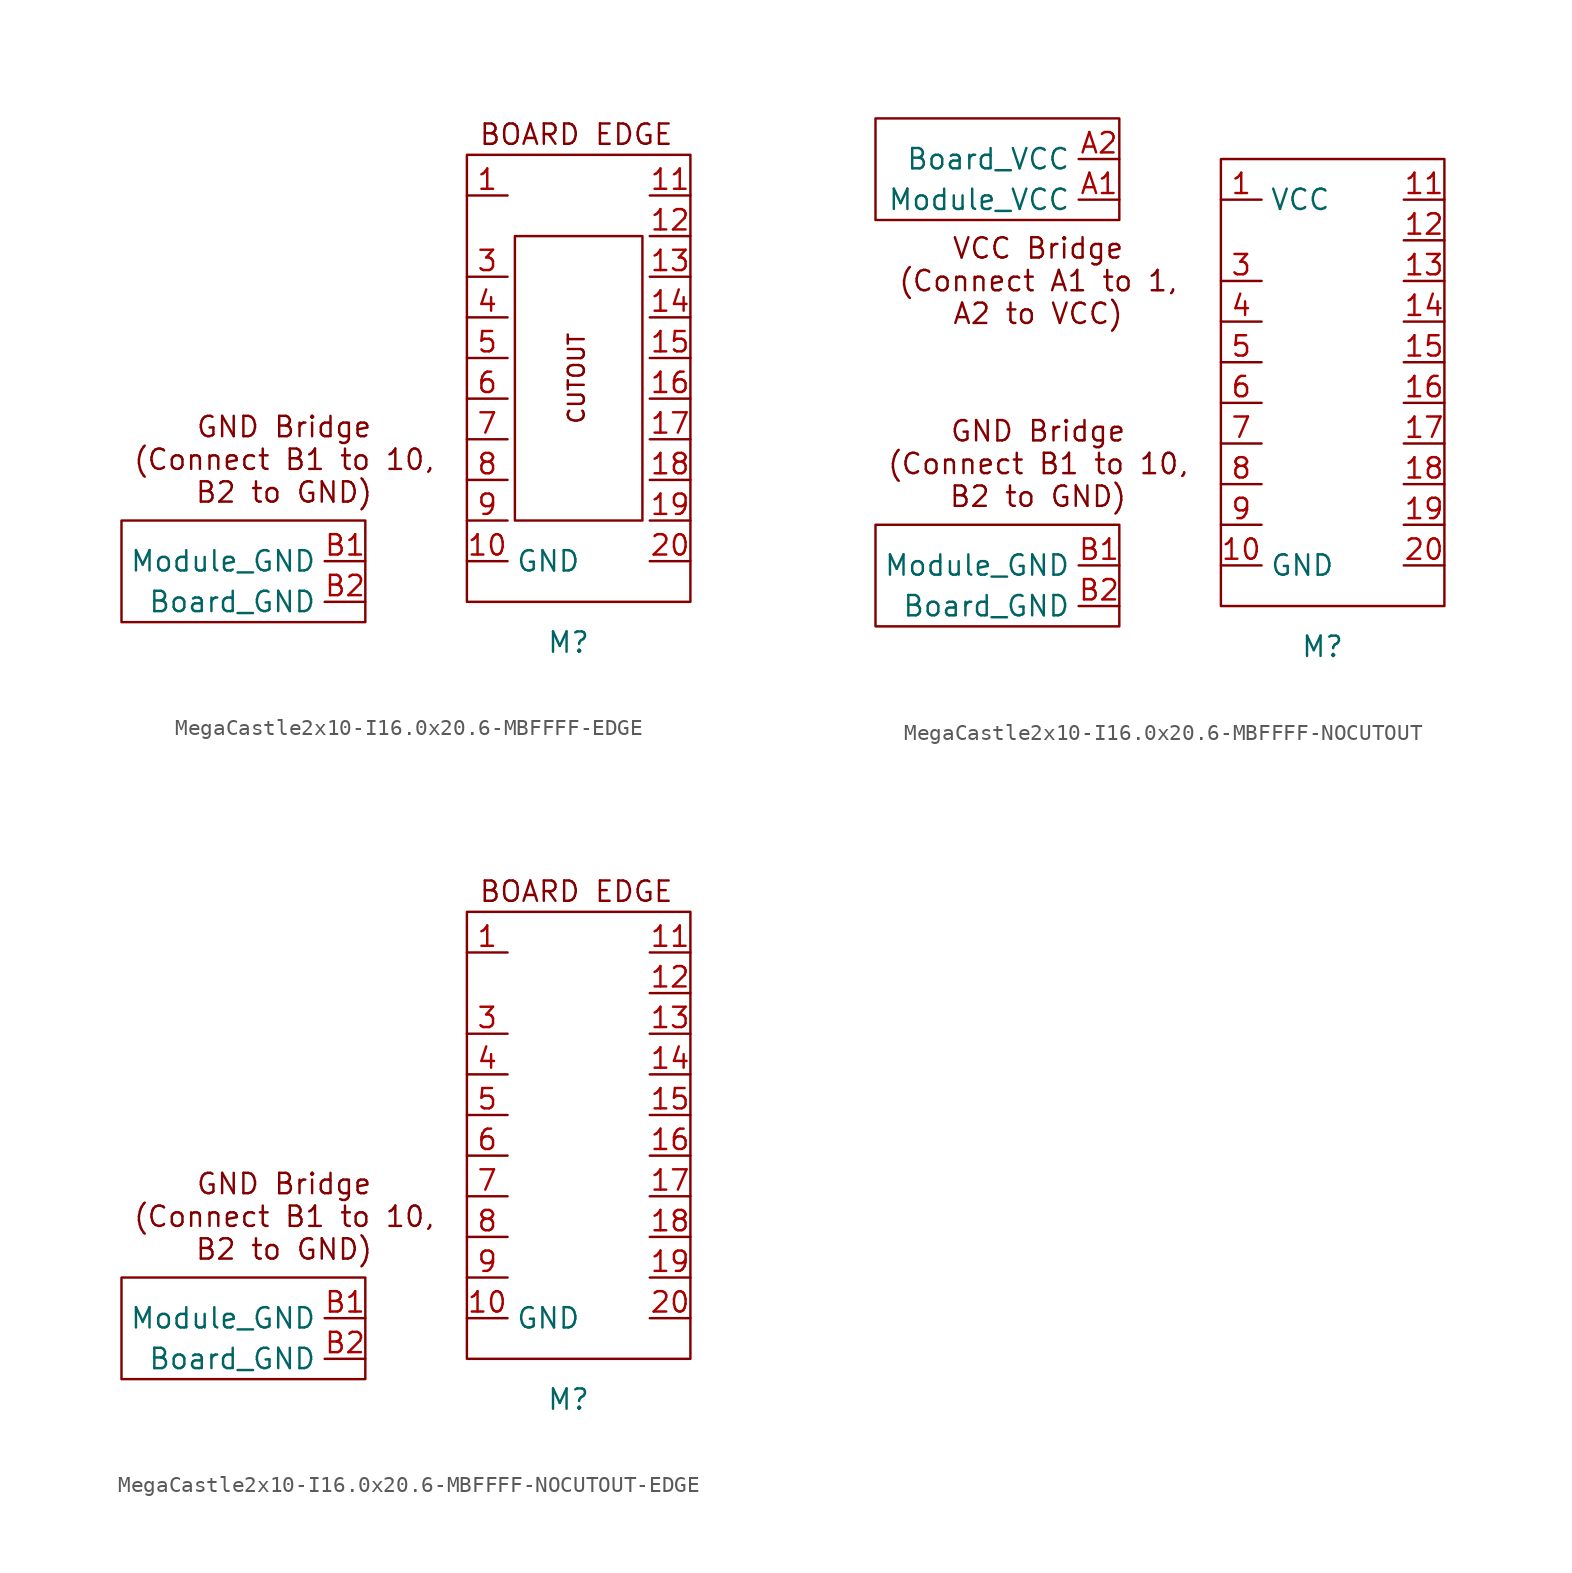
<source format=kicad_sym>
(kicad_symbol_lib
  (version 20241209)
  (generator "kicad_symbol_editor")
  (generator_version "9.0")
  (symbol "MegaCastle2x10-I16.0x20.6-MBFFFF-EDGE"
    (property "Reference" "M"
      (at 0 -16.51 0)
      (effects (font (size 1.27 1.27))))
    (property "Value" ""
      (at 0 5.08 0)
      (effects (font (size 1.27 1.27))))
    (symbol "MegaCastle2x10-I16.0x20.6-MBFFFF-EDGE_0_1"
      (rectangle (start -27.94 -8.89) (end -12.7 -15.24) (stroke (width 0) (type default)) (fill (type none)))
      (rectangle (start -6.35 13.97) (end 7.62 -13.97) (stroke (width 0) (type default)) (fill (type none)))
      (rectangle (start -3.35 8.89) (end 4.62 -8.89) (stroke (width 0) (type default)) (fill (type none))))
    (symbol "MegaCastle2x10-I16.0x20.6-MBFFFF-EDGE_1_1"
      (text "GND Bridge\n(Connect B1 to 10,\nB2 to GND)" (at -17.78 -5.08 0) (effects (font (size 1.27 1.27))))
      (text " BOARD EDGE" (at 0 15.24 0) (effects (font (size 1.27 1.27))))
      (text "CUTOUT" (at 0.5 0 900) (effects (font (size 1 1))))
      (pin bidirectional line (at -12.7 -11.43 180) (length 2.54) (name "Module_GND" (effects (font (size 1.27 1.27)))) (number "B1" (effects (font (size 1.27 1.27)))))
      (pin bidirectional line (at -12.7 -13.97 180) (length 2.54) (name "Board_GND" (effects (font (size 1.27 1.27)))) (number "B2" (effects (font (size 1.27 1.27)))))
      (pin bidirectional line (at -6.35 11.43 0) (length 2.54) (name "" (effects (font (size 1.27 1.27)))) (number "1" (effects (font (size 1.27 1.27)))))
      (pin bidirectional line (at -6.35 6.35 0) (length 2.54) (name "" (effects (font (size 1.27 1.27)))) (number "3" (effects (font (size 1.27 1.27)))))
      (pin bidirectional line (at -6.35 3.81 0) (length 2.54) (name "" (effects (font (size 1.27 1.27)))) (number "4" (effects (font (size 1.27 1.27)))))
      (pin bidirectional line (at -6.35 1.27 0) (length 2.54) (name "" (effects (font (size 1.27 1.27)))) (number "5" (effects (font (size 1.27 1.27)))))
      (pin bidirectional line (at -6.35 -1.27 0) (length 2.54) (name "" (effects (font (size 1.27 1.27)))) (number "6" (effects (font (size 1.27 1.27)))))
      (pin bidirectional line (at -6.35 -3.81 0) (length 2.54) (name "" (effects (font (size 1.27 1.27)))) (number "7" (effects (font (size 1.27 1.27)))))
      (pin bidirectional line (at -6.35 -6.35 0) (length 2.54) (name "" (effects (font (size 1.27 1.27)))) (number "8" (effects (font (size 1.27 1.27)))))
      (pin bidirectional line (at -6.35 -8.89 0) (length 2.54) (name "" (effects (font (size 1.27 1.27)))) (number "9" (effects (font (size 1.27 1.27)))))
      (pin bidirectional line (at -6.35 -11.43 0) (length 2.54) (name "GND" (effects (font (size 1.27 1.27)))) (number "10" (effects (font (size 1.27 1.27)))))
      (pin bidirectional line (at 7.62 11.43 180) (length 2.54) (name "" (effects (font (size 1.27 1.27)))) (number "11" (effects (font (size 1.27 1.27)))))
      (pin bidirectional line (at 7.62 8.89 180) (length 2.54) (name "" (effects (font (size 1.27 1.27)))) (number "12" (effects (font (size 1.27 1.27)))))
      (pin bidirectional line (at 7.62 6.35 180) (length 2.54) (name "" (effects (font (size 1.27 1.27)))) (number "13" (effects (font (size 1.27 1.27)))))
      (pin bidirectional line (at 7.62 3.81 180) (length 2.54) (name "" (effects (font (size 1.27 1.27)))) (number "14" (effects (font (size 1.27 1.27)))))
      (pin bidirectional line (at 7.62 1.27 180) (length 2.54) (name "" (effects (font (size 1.27 1.27)))) (number "15" (effects (font (size 1.27 1.27)))))
      (pin bidirectional line (at 7.62 -1.27 180) (length 2.54) (name "" (effects (font (size 1.27 1.27)))) (number "16" (effects (font (size 1.27 1.27)))))
      (pin bidirectional line (at 7.62 -3.81 180) (length 2.54) (name "" (effects (font (size 1.27 1.27)))) (number "17" (effects (font (size 1.27 1.27)))))
      (pin bidirectional line (at 7.62 -6.35 180) (length 2.54) (name "" (effects (font (size 1.27 1.27)))) (number "18" (effects (font (size 1.27 1.27)))))
      (pin bidirectional line (at 7.62 -8.89 180) (length 2.54) (name "" (effects (font (size 1.27 1.27)))) (number "19" (effects (font (size 1.27 1.27)))))
      (pin bidirectional line (at 7.62 -11.43 180) (length 2.54) (name "" (effects (font (size 1.27 1.27)))) (number "20" (effects (font (size 1.27 1.27)))))))
  (symbol "MegaCastle2x10-I16.0x20.6-MBFFFF-NOCUTOUT"
    (property "Reference" "M"
      (at 0 -16.51 0)
      (effects (font (size 1.27 1.27))))
    (property "Value" ""
      (at 0 5.08 0)
      (effects (font (size 1.27 1.27))))
    (symbol "MegaCastle2x10-I16.0x20.6-MBFFFF-NOCUTOUT_0_1"
      (rectangle (start -27.94 16.51) (end -12.7 10.16) (stroke (width 0) (type default)) (fill (type none)))
      (rectangle (start -27.94 -8.89) (end -12.7 -15.24) (stroke (width 0) (type default)) (fill (type none)))
      (rectangle (start -6.35 13.97) (end 7.62 -13.97) (stroke (width 0) (type default)) (fill (type none))))
    (symbol "MegaCastle2x10-I16.0x20.6-MBFFFF-NOCUTOUT_1_1"
      (text "VCC Bridge\n(Connect A1 to 1,\nA2 to VCC)" (at -17.78 6.35 0) (effects (font (size 1.27 1.27))))
      (text "GND Bridge\n(Connect B1 to 10,\nB2 to GND)" (at -17.78 -5.08 0) (effects (font (size 1.27 1.27))))
      (pin bidirectional line (at -12.7 13.97 180) (length 2.54) (name "Board_VCC" (effects (font (size 1.27 1.27)))) (number "A2" (effects (font (size 1.27 1.27)))))
      (pin bidirectional line (at -12.7 11.43 180) (length 2.54) (name "Module_VCC" (effects (font (size 1.27 1.27)))) (number "A1" (effects (font (size 1.27 1.27)))))
      (pin bidirectional line (at -12.7 -11.43 180) (length 2.54) (name "Module_GND" (effects (font (size 1.27 1.27)))) (number "B1" (effects (font (size 1.27 1.27)))))
      (pin bidirectional line (at -12.7 -13.97 180) (length 2.54) (name "Board_GND" (effects (font (size 1.27 1.27)))) (number "B2" (effects (font (size 1.27 1.27)))))
      (pin bidirectional line (at -6.35 11.43 0) (length 2.54) (name "VCC" (effects (font (size 1.27 1.27)))) (number "1" (effects (font (size 1.27 1.27)))))
      (pin bidirectional line (at -6.35 6.35 0) (length 2.54) (name "" (effects (font (size 1.27 1.27)))) (number "3" (effects (font (size 1.27 1.27)))))
      (pin bidirectional line (at -6.35 3.81 0) (length 2.54) (name "" (effects (font (size 1.27 1.27)))) (number "4" (effects (font (size 1.27 1.27)))))
      (pin bidirectional line (at -6.35 1.27 0) (length 2.54) (name "" (effects (font (size 1.27 1.27)))) (number "5" (effects (font (size 1.27 1.27)))))
      (pin bidirectional line (at -6.35 -1.27 0) (length 2.54) (name "" (effects (font (size 1.27 1.27)))) (number "6" (effects (font (size 1.27 1.27)))))
      (pin bidirectional line (at -6.35 -3.81 0) (length 2.54) (name "" (effects (font (size 1.27 1.27)))) (number "7" (effects (font (size 1.27 1.27)))))
      (pin bidirectional line (at -6.35 -6.35 0) (length 2.54) (name "" (effects (font (size 1.27 1.27)))) (number "8" (effects (font (size 1.27 1.27)))))
      (pin bidirectional line (at -6.35 -8.89 0) (length 2.54) (name "" (effects (font (size 1.27 1.27)))) (number "9" (effects (font (size 1.27 1.27)))))
      (pin bidirectional line (at -6.35 -11.43 0) (length 2.54) (name "GND" (effects (font (size 1.27 1.27)))) (number "10" (effects (font (size 1.27 1.27)))))
      (pin bidirectional line (at 7.62 11.43 180) (length 2.54) (name "" (effects (font (size 1.27 1.27)))) (number "11" (effects (font (size 1.27 1.27)))))
      (pin bidirectional line (at 7.62 8.89 180) (length 2.54) (name "" (effects (font (size 1.27 1.27)))) (number "12" (effects (font (size 1.27 1.27)))))
      (pin bidirectional line (at 7.62 6.35 180) (length 2.54) (name "" (effects (font (size 1.27 1.27)))) (number "13" (effects (font (size 1.27 1.27)))))
      (pin bidirectional line (at 7.62 3.81 180) (length 2.54) (name "" (effects (font (size 1.27 1.27)))) (number "14" (effects (font (size 1.27 1.27)))))
      (pin bidirectional line (at 7.62 1.27 180) (length 2.54) (name "" (effects (font (size 1.27 1.27)))) (number "15" (effects (font (size 1.27 1.27)))))
      (pin bidirectional line (at 7.62 -1.27 180) (length 2.54) (name "" (effects (font (size 1.27 1.27)))) (number "16" (effects (font (size 1.27 1.27)))))
      (pin bidirectional line (at 7.62 -3.81 180) (length 2.54) (name "" (effects (font (size 1.27 1.27)))) (number "17" (effects (font (size 1.27 1.27)))))
      (pin bidirectional line (at 7.62 -6.35 180) (length 2.54) (name "" (effects (font (size 1.27 1.27)))) (number "18" (effects (font (size 1.27 1.27)))))
      (pin bidirectional line (at 7.62 -8.89 180) (length 2.54) (name "" (effects (font (size 1.27 1.27)))) (number "19" (effects (font (size 1.27 1.27)))))
      (pin bidirectional line (at 7.62 -11.43 180) (length 2.54) (name "" (effects (font (size 1.27 1.27)))) (number "20" (effects (font (size 1.27 1.27)))))))
  (symbol "MegaCastle2x10-I16.0x20.6-MBFFFF-NOCUTOUT-EDGE"
    (property "Reference" "M"
      (at 0 -16.51 0)
      (effects (font (size 1.27 1.27))))
    (property "Value" ""
      (at 0 5.08 0)
      (effects (font (size 1.27 1.27))))
    (symbol "MegaCastle2x10-I16.0x20.6-MBFFFF-NOCUTOUT-EDGE_0_1"
      (rectangle (start -27.94 -8.89) (end -12.7 -15.24) (stroke (width 0) (type default)) (fill (type none)))
      (rectangle (start -6.35 13.97) (end 7.62 -13.97) (stroke (width 0) (type default)) (fill (type none))))
    (symbol "MegaCastle2x10-I16.0x20.6-MBFFFF-NOCUTOUT-EDGE_1_1"
      (text "GND Bridge\n(Connect B1 to 10,\nB2 to GND)" (at -17.78 -5.08 0) (effects (font (size 1.27 1.27))))
      (text " BOARD EDGE" (at 0 15.24 0) (effects (font (size 1.27 1.27))))
      (pin bidirectional line (at -12.7 -11.43 180) (length 2.54) (name "Module_GND" (effects (font (size 1.27 1.27)))) (number "B1" (effects (font (size 1.27 1.27)))))
      (pin bidirectional line (at -12.7 -13.97 180) (length 2.54) (name "Board_GND" (effects (font (size 1.27 1.27)))) (number "B2" (effects (font (size 1.27 1.27)))))
      (pin bidirectional line (at -6.35 11.43 0) (length 2.54) (name "" (effects (font (size 1.27 1.27)))) (number "1" (effects (font (size 1.27 1.27)))))
      (pin bidirectional line (at -6.35 6.35 0) (length 2.54) (name "" (effects (font (size 1.27 1.27)))) (number "3" (effects (font (size 1.27 1.27)))))
      (pin bidirectional line (at -6.35 3.81 0) (length 2.54) (name "" (effects (font (size 1.27 1.27)))) (number "4" (effects (font (size 1.27 1.27)))))
      (pin bidirectional line (at -6.35 1.27 0) (length 2.54) (name "" (effects (font (size 1.27 1.27)))) (number "5" (effects (font (size 1.27 1.27)))))
      (pin bidirectional line (at -6.35 -1.27 0) (length 2.54) (name "" (effects (font (size 1.27 1.27)))) (number "6" (effects (font (size 1.27 1.27)))))
      (pin bidirectional line (at -6.35 -3.81 0) (length 2.54) (name "" (effects (font (size 1.27 1.27)))) (number "7" (effects (font (size 1.27 1.27)))))
      (pin bidirectional line (at -6.35 -6.35 0) (length 2.54) (name "" (effects (font (size 1.27 1.27)))) (number "8" (effects (font (size 1.27 1.27)))))
      (pin bidirectional line (at -6.35 -8.89 0) (length 2.54) (name "" (effects (font (size 1.27 1.27)))) (number "9" (effects (font (size 1.27 1.27)))))
      (pin bidirectional line (at -6.35 -11.43 0) (length 2.54) (name "GND" (effects (font (size 1.27 1.27)))) (number "10" (effects (font (size 1.27 1.27)))))
      (pin bidirectional line (at 7.62 11.43 180) (length 2.54) (name "" (effects (font (size 1.27 1.27)))) (number "11" (effects (font (size 1.27 1.27)))))
      (pin bidirectional line (at 7.62 8.89 180) (length 2.54) (name "" (effects (font (size 1.27 1.27)))) (number "12" (effects (font (size 1.27 1.27)))))
      (pin bidirectional line (at 7.62 6.35 180) (length 2.54) (name "" (effects (font (size 1.27 1.27)))) (number "13" (effects (font (size 1.27 1.27)))))
      (pin bidirectional line (at 7.62 3.81 180) (length 2.54) (name "" (effects (font (size 1.27 1.27)))) (number "14" (effects (font (size 1.27 1.27)))))
      (pin bidirectional line (at 7.62 1.27 180) (length 2.54) (name "" (effects (font (size 1.27 1.27)))) (number "15" (effects (font (size 1.27 1.27)))))
      (pin bidirectional line (at 7.62 -1.27 180) (length 2.54) (name "" (effects (font (size 1.27 1.27)))) (number "16" (effects (font (size 1.27 1.27)))))
      (pin bidirectional line (at 7.62 -3.81 180) (length 2.54) (name "" (effects (font (size 1.27 1.27)))) (number "17" (effects (font (size 1.27 1.27)))))
      (pin bidirectional line (at 7.62 -6.35 180) (length 2.54) (name "" (effects (font (size 1.27 1.27)))) (number "18" (effects (font (size 1.27 1.27)))))
      (pin bidirectional line (at 7.62 -8.89 180) (length 2.54) (name "" (effects (font (size 1.27 1.27)))) (number "19" (effects (font (size 1.27 1.27)))))
      (pin bidirectional line (at 7.62 -11.43 180) (length 2.54) (name "" (effects (font (size 1.27 1.27)))) (number "20" (effects (font (size 1.27 1.27))))))))
</source>
